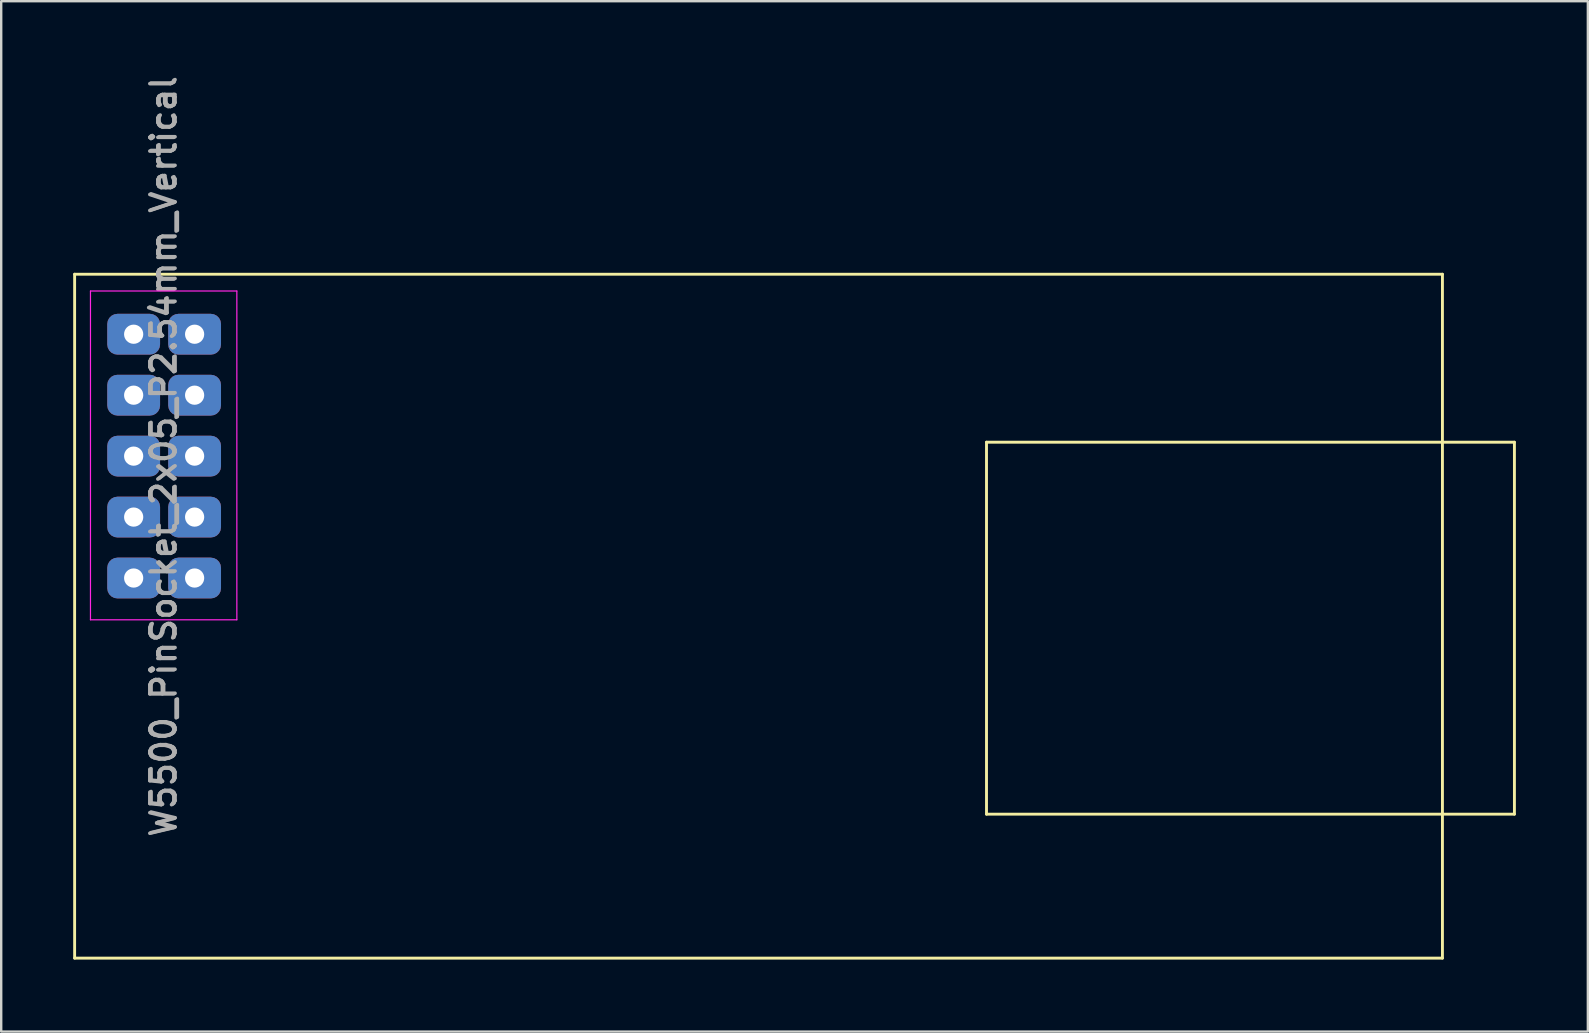
<source format=kicad_pcb>
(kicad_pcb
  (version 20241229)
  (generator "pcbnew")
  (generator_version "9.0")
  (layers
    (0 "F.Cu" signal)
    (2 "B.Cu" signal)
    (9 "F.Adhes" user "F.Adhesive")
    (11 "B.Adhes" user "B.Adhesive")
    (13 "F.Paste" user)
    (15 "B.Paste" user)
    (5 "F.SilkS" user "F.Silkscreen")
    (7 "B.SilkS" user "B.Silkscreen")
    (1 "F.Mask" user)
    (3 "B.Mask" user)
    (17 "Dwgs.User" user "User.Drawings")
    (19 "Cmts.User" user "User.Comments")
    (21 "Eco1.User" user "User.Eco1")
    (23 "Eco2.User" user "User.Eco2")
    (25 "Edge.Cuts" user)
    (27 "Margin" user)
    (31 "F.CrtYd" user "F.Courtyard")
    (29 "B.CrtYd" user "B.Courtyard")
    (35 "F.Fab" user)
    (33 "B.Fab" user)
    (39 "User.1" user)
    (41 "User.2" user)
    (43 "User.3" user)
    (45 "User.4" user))
  (footprint "W5500_PinSocket_2x05_P2.54mm_Vertical"
    (layer "F.Cu")
    (at 5.06 10.878)
    (property "Reference" "W5500_PinSocket_2x05_P2.54mm_Vertical" (at -1.321 5.105 270) (layer "F.Fab") (effects (font (size 1 1) (thickness 0.15))))
    (attr through_hole)
    (fp_line (start -5 -2.5) (end -5 26) (stroke (width 0.12) (type solid)) (layer "F.SilkS"))
    (fp_line (start -5 26) (end 52 26) (stroke (width 0.12) (type solid)) (layer "F.SilkS"))
    (fp_line (start 33 4.5) (end 33 20) (stroke (width 0.12) (type solid)) (layer "F.SilkS"))
    (fp_line (start 33 4.5) (end 55 4.5) (stroke (width 0.12) (type solid)) (layer "F.SilkS"))
    (fp_line (start 33 20) (end 55 20) (stroke (width 0.12) (type solid)) (layer "F.SilkS"))
    (fp_line (start 52 -2.5) (end -5 -2.5) (stroke (width 0.12) (type solid)) (layer "F.SilkS"))
    (fp_line (start 52 26) (end 52 -2.5) (stroke (width 0.12) (type solid)) (layer "F.SilkS"))
    (fp_line (start 55 4.5) (end 55 20) (stroke (width 0.12) (type solid)) (layer "F.SilkS"))
    (fp_line (start -4.34 -1.8) (end 1.76 -1.8) (stroke (width 0.05) (type solid)) (layer "F.CrtYd"))
    (fp_line (start -4.34 11.9) (end -4.34 -1.8) (stroke (width 0.05) (type solid)) (layer "F.CrtYd"))
    (fp_line (start 1.76 -1.8) (end 1.76 11.9) (stroke (width 0.05) (type solid)) (layer "F.CrtYd"))
    (fp_line (start 1.76 11.9) (end -4.34 11.9) (stroke (width 0.05) (type solid)) (layer "F.CrtYd"))
    (fp_text user "${REFERENCE}" (at -1.27 5.08 270) (layer "F.Fab") (effects (font (size 1 1) (thickness 0.15))))
    (pad "1" thru_hole roundrect (at 0 0) (size 2.2 1.7) (drill 0.8) (layers "B.Cu" "B.Mask") (roundrect_rratio 0.25))
    (pad "2" thru_hole roundrect (at -2.54 0) (size 2.2 1.7) (drill 0.8) (layers "B.Cu" "B.Mask") (roundrect_rratio 0.25))
    (pad "3" thru_hole roundrect (at 0 2.54) (size 2.2 1.7) (drill 0.8) (layers "B.Cu" "B.Mask") (roundrect_rratio 0.25))
    (pad "4" thru_hole roundrect (at -2.54 2.54) (size 2.2 1.7) (drill 0.8) (layers "B.Cu" "B.Mask") (roundrect_rratio 0.25))
    (pad "5" thru_hole roundrect (at 0 5.08) (size 2.2 1.7) (drill 0.8) (layers "B.Cu" "B.Mask") (roundrect_rratio 0.25))
    (pad "6" thru_hole roundrect (at -2.54 5.08) (size 2.2 1.7) (drill 0.8) (layers "B.Cu" "B.Mask") (roundrect_rratio 0.25))
    (pad "7" thru_hole roundrect (at 0 7.62) (size 2.2 1.7) (drill 0.8) (layers "B.Cu" "B.Mask") (roundrect_rratio 0.25))
    (pad "8" thru_hole roundrect (at -2.54 7.62) (size 2.2 1.7) (drill 0.8) (layers "B.Cu" "B.Mask") (roundrect_rratio 0.25))
    (pad "9" thru_hole roundrect (at 0 10.16) (size 2.2 1.7) (drill 0.8) (layers "B.Cu" "B.Mask") (roundrect_rratio 0.25))
    (pad "10" thru_hole roundrect (at -2.54 10.16) (size 2.2 1.7) (drill 0.8) (layers "B.Cu" "B.Mask") (roundrect_rratio 0.25)))
  (gr_rect
    (start -3 -3)
    (end 63.12 39.938)
    (stroke (width 0.1) (type default))
    (fill no)
    (layer "Edge.Cuts")))
</source>
